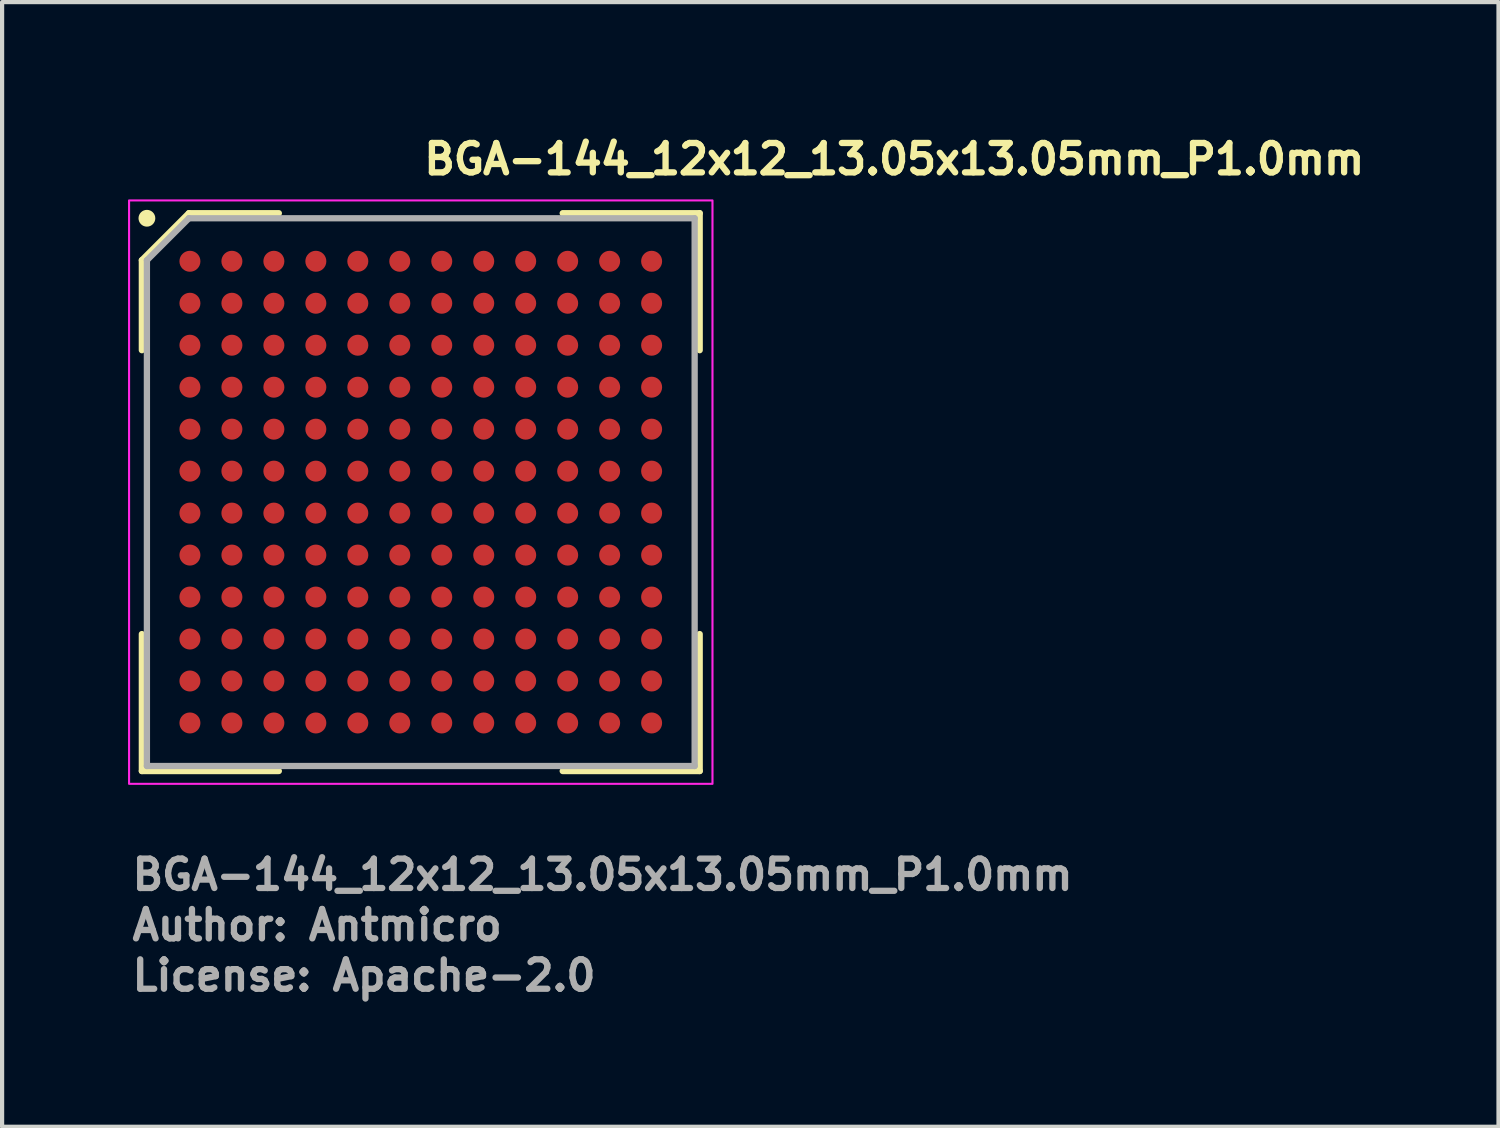
<source format=kicad_pcb>
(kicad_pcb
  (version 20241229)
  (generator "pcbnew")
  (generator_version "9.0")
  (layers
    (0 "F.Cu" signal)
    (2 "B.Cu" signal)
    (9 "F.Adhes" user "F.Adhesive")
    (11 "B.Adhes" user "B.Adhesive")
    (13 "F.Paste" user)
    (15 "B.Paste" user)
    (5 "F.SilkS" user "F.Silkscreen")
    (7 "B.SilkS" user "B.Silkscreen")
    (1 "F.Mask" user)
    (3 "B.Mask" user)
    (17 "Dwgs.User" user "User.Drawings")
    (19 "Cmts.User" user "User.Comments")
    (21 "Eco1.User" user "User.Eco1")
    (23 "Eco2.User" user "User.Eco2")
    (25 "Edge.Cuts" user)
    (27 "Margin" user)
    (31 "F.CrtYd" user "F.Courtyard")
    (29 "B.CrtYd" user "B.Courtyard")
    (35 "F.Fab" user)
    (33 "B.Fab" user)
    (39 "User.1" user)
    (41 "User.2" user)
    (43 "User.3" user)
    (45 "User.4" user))
  (footprint "BGA-144_12x12_13.05x13.05mm_P1.0mm"
    (layer "F.Cu")
    (at 6.975 8.675)
    (property "Reference" "BGA-144_12x12_13.05x13.05mm_P1.0mm" (at 0 -7.525 0) (layer "F.SilkS") (effects (font (size 0.7 0.7) (thickness 0.15)) (justify left bottom)))
    (attr smd)
    (fp_line (start -6.645 -5.525) (end -6.645 -3.382) (stroke (width 0.15) (type solid)) (layer "F.SilkS"))
    (fp_line (start -6.645 6.645) (end -6.645 3.382) (stroke (width 0.15) (type solid)) (layer "F.SilkS"))
    (fp_line (start -5.525 -6.645) (end -6.645 -5.525) (stroke (width 0.15) (type solid)) (layer "F.SilkS"))
    (fp_line (start -3.382 -6.645) (end -5.525 -6.645) (stroke (width 0.15) (type solid)) (layer "F.SilkS"))
    (fp_line (start -3.382 6.645) (end -6.645 6.645) (stroke (width 0.15) (type solid)) (layer "F.SilkS"))
    (fp_line (start 3.382 -6.645) (end 6.645 -6.645) (stroke (width 0.15) (type solid)) (layer "F.SilkS"))
    (fp_line (start 3.382 6.645) (end 6.645 6.645) (stroke (width 0.15) (type solid)) (layer "F.SilkS"))
    (fp_line (start 6.645 -6.645) (end 6.645 -3.382) (stroke (width 0.15) (type solid)) (layer "F.SilkS"))
    (fp_line (start 6.645 6.645) (end 6.645 3.382) (stroke (width 0.15) (type solid)) (layer "F.SilkS"))
    (fp_circle (center -6.525 -6.525) (end -6.425 -6.525) (stroke (width 0.2) (type solid)) (fill no) (layer "F.SilkS"))
    (fp_rect (start -6.95 -6.95) (end 6.95 6.95) (stroke (width 0.05) (type solid)) (fill no) (layer "F.CrtYd"))
    (fp_line (start -6.525 -5.525) (end -6.525 6.525) (stroke (width 0.15) (type solid)) (layer "F.Fab"))
    (fp_line (start -6.525 6.525) (end 6.525 6.525) (stroke (width 0.15) (type solid)) (layer "F.Fab"))
    (fp_line (start -5.525 -6.525) (end -6.525 -5.525) (stroke (width 0.15) (type solid)) (layer "F.Fab"))
    (fp_line (start 6.525 -6.525) (end -5.525 -6.525) (stroke (width 0.15) (type solid)) (layer "F.Fab"))
    (fp_line (start 6.525 6.525) (end 6.525 -6.525) (stroke (width 0.15) (type solid)) (layer "F.Fab"))
    (fp_rect (start -6.55 -6.55) (end 6.55 6.55) (stroke (width 0.1) (type solid)) (fill no) (layer "User.5"))
    (fp_line (start -6.55 -6.55) (end -6.55 6.55) (stroke (width 0.02) (type solid)) (layer "User.9"))
    (fp_line (start -6.55 6.55) (end 6.55 6.55) (stroke (width 0.02) (type solid)) (layer "User.9"))
    (fp_line (start -6.4 -5.9) (end -6.4 5.9) (stroke (width 0.02) (type solid)) (layer "User.9"))
    (fp_line (start -5.9 6.4) (end 5.9 6.4) (stroke (width 0.02) (type solid)) (layer "User.9"))
    (fp_line (start -4.4 -3.4) (end -4.4 3.4) (stroke (width 0.02) (type solid)) (layer "User.9"))
    (fp_line (start -4.4 -3.4) (end -3.649 -3.066) (stroke (width 0.02) (type solid)) (layer "User.9"))
    (fp_line (start -4.4 3.4) (end -3.649 3.066) (stroke (width 0.02) (type solid)) (layer "User.9"))
    (fp_line (start -3.649 -3.066) (end -3.649 3.066) (stroke (width 0.02) (type solid)) (layer "User.9"))
    (fp_line (start -3.629 -3.066) (end -3.649 -3.066) (stroke (width 0.02) (type solid)) (layer "User.9"))
    (fp_line (start -3.629 3.066) (end -3.649 3.066) (stroke (width 0.02) (type solid)) (layer "User.9"))
    (fp_line (start -3.607 -3.066) (end -3.629 -3.066) (stroke (width 0.02) (type solid)) (layer "User.9"))
    (fp_line (start -3.607 3.066) (end -3.629 3.066) (stroke (width 0.02) (type solid)) (layer "User.9"))
    (fp_line (start -3.583 -3.066) (end -3.607 -3.066) (stroke (width 0.02) (type solid)) (layer "User.9"))
    (fp_line (start -3.583 3.066) (end -3.607 3.066) (stroke (width 0.02) (type solid)) (layer "User.9"))
    (fp_line (start -3.559 -3.066) (end -3.583 -3.066) (stroke (width 0.02) (type solid)) (layer "User.9"))
    (fp_line (start -3.559 3.066) (end -3.583 3.066) (stroke (width 0.02) (type solid)) (layer "User.9"))
    (fp_line (start -3.534 -3.066) (end -3.559 -3.066) (stroke (width 0.02) (type solid)) (layer "User.9"))
    (fp_line (start -3.534 3.066) (end -3.559 3.066) (stroke (width 0.02) (type solid)) (layer "User.9"))
    (fp_line (start -3.507 -3.066) (end -3.534 -3.066) (stroke (width 0.02) (type solid)) (layer "User.9"))
    (fp_line (start -3.507 3.066) (end -3.534 3.066) (stroke (width 0.02) (type solid)) (layer "User.9"))
    (fp_line (start -3.48 -3.066) (end -3.507 -3.066) (stroke (width 0.02) (type solid)) (layer "User.9"))
    (fp_line (start -3.48 3.066) (end -3.507 3.066) (stroke (width 0.02) (type solid)) (layer "User.9"))
    (fp_line (start -3.452 -3.066) (end -3.48 -3.066) (stroke (width 0.02) (type solid)) (layer "User.9"))
    (fp_line (start -3.452 3.066) (end -3.48 3.066) (stroke (width 0.02) (type solid)) (layer "User.9"))
    (fp_line (start -3.423 -3.066) (end -3.452 -3.066) (stroke (width 0.02) (type solid)) (layer "User.9"))
    (fp_line (start -3.423 3.066) (end -3.452 3.066) (stroke (width 0.02) (type solid)) (layer "User.9"))
    (fp_line (start -3.4 -4.4) (end -3.066 -3.649) (stroke (width 0.02) (type solid)) (layer "User.9"))
    (fp_line (start -3.4 4.4) (end -3.066 3.649) (stroke (width 0.02) (type solid)) (layer "User.9"))
    (fp_line (start -3.4 4.4) (end 3.4 4.4) (stroke (width 0.02) (type solid)) (layer "User.9"))
    (fp_line (start -3.394 -3.066) (end -3.423 -3.066) (stroke (width 0.02) (type solid)) (layer "User.9"))
    (fp_line (start -3.394 3.066) (end -3.423 3.066) (stroke (width 0.02) (type solid)) (layer "User.9"))
    (fp_line (start -3.365 -3.066) (end -3.394 -3.066) (stroke (width 0.02) (type solid)) (layer "User.9"))
    (fp_line (start -3.365 3.066) (end -3.394 3.066) (stroke (width 0.02) (type solid)) (layer "User.9"))
    (fp_line (start -3.335 -3.066) (end -3.365 -3.066) (stroke (width 0.02) (type solid)) (layer "User.9"))
    (fp_line (start -3.335 3.066) (end -3.365 3.066) (stroke (width 0.02) (type solid)) (layer "User.9"))
    (fp_line (start -3.305 -3.066) (end -3.335 -3.066) (stroke (width 0.02) (type solid)) (layer "User.9"))
    (fp_line (start -3.305 3.066) (end -3.335 3.066) (stroke (width 0.02) (type solid)) (layer "User.9"))
    (fp_line (start -3.274 -3.066) (end -3.305 -3.066) (stroke (width 0.02) (type solid)) (layer "User.9"))
    (fp_line (start -3.274 -3.066) (end -3.274 3.066) (stroke (width 0.02) (type solid)) (layer "User.9"))
    (fp_line (start -3.274 3.066) (end -3.305 3.066) (stroke (width 0.02) (type solid)) (layer "User.9"))
    (fp_line (start -3.066 -3.629) (end -3.066 -3.649) (stroke (width 0.02) (type solid)) (layer "User.9"))
    (fp_line (start -3.066 -3.607) (end -3.066 -3.629) (stroke (width 0.02) (type solid)) (layer "User.9"))
    (fp_line (start -3.066 -3.583) (end -3.066 -3.607) (stroke (width 0.02) (type solid)) (layer "User.9"))
    (fp_line (start -3.066 -3.559) (end -3.066 -3.583) (stroke (width 0.02) (type solid)) (layer "User.9"))
    (fp_line (start -3.066 -3.534) (end -3.066 -3.559) (stroke (width 0.02) (type solid)) (layer "User.9"))
    (fp_line (start -3.066 -3.507) (end -3.066 -3.534) (stroke (width 0.02) (type solid)) (layer "User.9"))
    (fp_line (start -3.066 -3.48) (end -3.066 -3.507) (stroke (width 0.02) (type solid)) (layer "User.9"))
    (fp_line (start -3.066 -3.452) (end -3.066 -3.48) (stroke (width 0.02) (type solid)) (layer "User.9"))
    (fp_line (start -3.066 -3.423) (end -3.066 -3.452) (stroke (width 0.02) (type solid)) (layer "User.9"))
    (fp_line (start -3.066 -3.394) (end -3.066 -3.423) (stroke (width 0.02) (type solid)) (layer "User.9"))
    (fp_line (start -3.066 -3.365) (end -3.066 -3.394) (stroke (width 0.02) (type solid)) (layer "User.9"))
    (fp_line (start -3.066 -3.335) (end -3.066 -3.365) (stroke (width 0.02) (type solid)) (layer "User.9"))
    (fp_line (start -3.066 -3.305) (end -3.066 -3.335) (stroke (width 0.02) (type solid)) (layer "User.9"))
    (fp_line (start -3.066 -3.274) (end -3.066 -3.305) (stroke (width 0.02) (type solid)) (layer "User.9"))
    (fp_line (start -3.066 3.274) (end -3.066 3.305) (stroke (width 0.02) (type solid)) (layer "User.9"))
    (fp_line (start -3.066 3.274) (end 3.066 3.274) (stroke (width 0.02) (type solid)) (layer "User.9"))
    (fp_line (start -3.066 3.305) (end -3.066 3.335) (stroke (width 0.02) (type solid)) (layer "User.9"))
    (fp_line (start -3.066 3.335) (end -3.066 3.365) (stroke (width 0.02) (type solid)) (layer "User.9"))
    (fp_line (start -3.066 3.365) (end -3.066 3.394) (stroke (width 0.02) (type solid)) (layer "User.9"))
    (fp_line (start -3.066 3.394) (end -3.066 3.423) (stroke (width 0.02) (type solid)) (layer "User.9"))
    (fp_line (start -3.066 3.423) (end -3.066 3.452) (stroke (width 0.02) (type solid)) (layer "User.9"))
    (fp_line (start -3.066 3.452) (end -3.066 3.48) (stroke (width 0.02) (type solid)) (layer "User.9"))
    (fp_line (start -3.066 3.48) (end -3.066 3.507) (stroke (width 0.02) (type solid)) (layer "User.9"))
    (fp_line (start -3.066 3.507) (end -3.066 3.534) (stroke (width 0.02) (type solid)) (layer "User.9"))
    (fp_line (start -3.066 3.534) (end -3.066 3.559) (stroke (width 0.02) (type solid)) (layer "User.9"))
    (fp_line (start -3.066 3.559) (end -3.066 3.583) (stroke (width 0.02) (type solid)) (layer "User.9"))
    (fp_line (start -3.066 3.583) (end -3.066 3.607) (stroke (width 0.02) (type solid)) (layer "User.9"))
    (fp_line (start -3.066 3.607) (end -3.066 3.629) (stroke (width 0.02) (type solid)) (layer "User.9"))
    (fp_line (start -3.066 3.629) (end -3.066 3.649) (stroke (width 0.02) (type solid)) (layer "User.9"))
    (fp_line (start -3.066 3.649) (end 3.066 3.649) (stroke (width 0.02) (type solid)) (layer "User.9"))
    (fp_line (start 3.066 -3.649) (end -3.066 -3.649) (stroke (width 0.02) (type solid)) (layer "User.9"))
    (fp_line (start 3.066 -3.629) (end 3.066 -3.649) (stroke (width 0.02) (type solid)) (layer "User.9"))
    (fp_line (start 3.066 -3.607) (end 3.066 -3.629) (stroke (width 0.02) (type solid)) (layer "User.9"))
    (fp_line (start 3.066 -3.583) (end 3.066 -3.607) (stroke (width 0.02) (type solid)) (layer "User.9"))
    (fp_line (start 3.066 -3.559) (end 3.066 -3.583) (stroke (width 0.02) (type solid)) (layer "User.9"))
    (fp_line (start 3.066 -3.534) (end 3.066 -3.559) (stroke (width 0.02) (type solid)) (layer "User.9"))
    (fp_line (start 3.066 -3.507) (end 3.066 -3.534) (stroke (width 0.02) (type solid)) (layer "User.9"))
    (fp_line (start 3.066 -3.48) (end 3.066 -3.507) (stroke (width 0.02) (type solid)) (layer "User.9"))
    (fp_line (start 3.066 -3.452) (end 3.066 -3.48) (stroke (width 0.02) (type solid)) (layer "User.9"))
    (fp_line (start 3.066 -3.423) (end 3.066 -3.452) (stroke (width 0.02) (type solid)) (layer "User.9"))
    (fp_line (start 3.066 -3.394) (end 3.066 -3.423) (stroke (width 0.02) (type solid)) (layer "User.9"))
    (fp_line (start 3.066 -3.365) (end 3.066 -3.394) (stroke (width 0.02) (type solid)) (layer "User.9"))
    (fp_line (start 3.066 -3.335) (end 3.066 -3.365) (stroke (width 0.02) (type solid)) (layer "User.9"))
    (fp_line (start 3.066 -3.305) (end 3.066 -3.335) (stroke (width 0.02) (type solid)) (layer "User.9"))
    (fp_line (start 3.066 -3.274) (end -3.066 -3.274) (stroke (width 0.02) (type solid)) (layer "User.9"))
    (fp_line (start 3.066 -3.274) (end 3.066 -3.305) (stroke (width 0.02) (type solid)) (layer "User.9"))
    (fp_line (start 3.066 3.274) (end 3.066 3.305) (stroke (width 0.02) (type solid)) (layer "User.9"))
    (fp_line (start 3.066 3.305) (end 3.066 3.335) (stroke (width 0.02) (type solid)) (layer "User.9"))
    (fp_line (start 3.066 3.335) (end 3.066 3.365) (stroke (width 0.02) (type solid)) (layer "User.9"))
    (fp_line (start 3.066 3.365) (end 3.066 3.394) (stroke (width 0.02) (type solid)) (layer "User.9"))
    (fp_line (start 3.066 3.394) (end 3.066 3.423) (stroke (width 0.02) (type solid)) (layer "User.9"))
    (fp_line (start 3.066 3.423) (end 3.066 3.452) (stroke (width 0.02) (type solid)) (layer "User.9"))
    (fp_line (start 3.066 3.452) (end 3.066 3.48) (stroke (width 0.02) (type solid)) (layer "User.9"))
    (fp_line (start 3.066 3.48) (end 3.066 3.507) (stroke (width 0.02) (type solid)) (layer "User.9"))
    (fp_line (start 3.066 3.507) (end 3.066 3.534) (stroke (width 0.02) (type solid)) (layer "User.9"))
    (fp_line (start 3.066 3.534) (end 3.066 3.559) (stroke (width 0.02) (type solid)) (layer "User.9"))
    (fp_line (start 3.066 3.559) (end 3.066 3.583) (stroke (width 0.02) (type solid)) (layer "User.9"))
    (fp_line (start 3.066 3.583) (end 3.066 3.607) (stroke (width 0.02) (type solid)) (layer "User.9"))
    (fp_line (start 3.066 3.607) (end 3.066 3.629) (stroke (width 0.02) (type solid)) (layer "User.9"))
    (fp_line (start 3.066 3.629) (end 3.066 3.649) (stroke (width 0.02) (type solid)) (layer "User.9"))
    (fp_line (start 3.274 -3.066) (end 3.305 -3.066) (stroke (width 0.02) (type solid)) (layer "User.9"))
    (fp_line (start 3.274 3.066) (end 3.274 -3.066) (stroke (width 0.02) (type solid)) (layer "User.9"))
    (fp_line (start 3.274 3.066) (end 3.305 3.066) (stroke (width 0.02) (type solid)) (layer "User.9"))
    (fp_line (start 3.305 -3.066) (end 3.335 -3.066) (stroke (width 0.02) (type solid)) (layer "User.9"))
    (fp_line (start 3.305 3.066) (end 3.335 3.066) (stroke (width 0.02) (type solid)) (layer "User.9"))
    (fp_line (start 3.335 -3.066) (end 3.365 -3.066) (stroke (width 0.02) (type solid)) (layer "User.9"))
    (fp_line (start 3.335 3.066) (end 3.365 3.066) (stroke (width 0.02) (type solid)) (layer "User.9"))
    (fp_line (start 3.365 -3.066) (end 3.394 -3.066) (stroke (width 0.02) (type solid)) (layer "User.9"))
    (fp_line (start 3.365 3.066) (end 3.394 3.066) (stroke (width 0.02) (type solid)) (layer "User.9"))
    (fp_line (start 3.394 -3.066) (end 3.423 -3.066) (stroke (width 0.02) (type solid)) (layer "User.9"))
    (fp_line (start 3.394 3.066) (end 3.423 3.066) (stroke (width 0.02) (type solid)) (layer "User.9"))
    (fp_line (start 3.4 -4.4) (end -3.4 -4.4) (stroke (width 0.02) (type solid)) (layer "User.9"))
    (fp_line (start 3.4 -4.4) (end 3.066 -3.649) (stroke (width 0.02) (type solid)) (layer "User.9"))
    (fp_line (start 3.4 4.4) (end 3.066 3.649) (stroke (width 0.02) (type solid)) (layer "User.9"))
    (fp_line (start 3.423 -3.066) (end 3.452 -3.066) (stroke (width 0.02) (type solid)) (layer "User.9"))
    (fp_line (start 3.423 3.066) (end 3.452 3.066) (stroke (width 0.02) (type solid)) (layer "User.9"))
    (fp_line (start 3.452 -3.066) (end 3.48 -3.066) (stroke (width 0.02) (type solid)) (layer "User.9"))
    (fp_line (start 3.452 3.066) (end 3.48 3.066) (stroke (width 0.02) (type solid)) (layer "User.9"))
    (fp_line (start 3.48 -3.066) (end 3.507 -3.066) (stroke (width 0.02) (type solid)) (layer "User.9"))
    (fp_line (start 3.48 3.066) (end 3.507 3.066) (stroke (width 0.02) (type solid)) (layer "User.9"))
    (fp_line (start 3.507 -3.066) (end 3.534 -3.066) (stroke (width 0.02) (type solid)) (layer "User.9"))
    (fp_line (start 3.507 3.066) (end 3.534 3.066) (stroke (width 0.02) (type solid)) (layer "User.9"))
    (fp_line (start 3.534 -3.066) (end 3.559 -3.066) (stroke (width 0.02) (type solid)) (layer "User.9"))
    (fp_line (start 3.534 3.066) (end 3.559 3.066) (stroke (width 0.02) (type solid)) (layer "User.9"))
    (fp_line (start 3.559 -3.066) (end 3.583 -3.066) (stroke (width 0.02) (type solid)) (layer "User.9"))
    (fp_line (start 3.559 3.066) (end 3.583 3.066) (stroke (width 0.02) (type solid)) (layer "User.9"))
    (fp_line (start 3.583 -3.066) (end 3.607 -3.066) (stroke (width 0.02) (type solid)) (layer "User.9"))
    (fp_line (start 3.583 3.066) (end 3.607 3.066) (stroke (width 0.02) (type solid)) (layer "User.9"))
    (fp_line (start 3.607 -3.066) (end 3.629 -3.066) (stroke (width 0.02) (type solid)) (layer "User.9"))
    (fp_line (start 3.607 3.066) (end 3.629 3.066) (stroke (width 0.02) (type solid)) (layer "User.9"))
    (fp_line (start 3.629 -3.066) (end 3.649 -3.066) (stroke (width 0.02) (type solid)) (layer "User.9"))
    (fp_line (start 3.629 3.066) (end 3.649 3.066) (stroke (width 0.02) (type solid)) (layer "User.9"))
    (fp_line (start 3.649 3.066) (end 3.649 -3.066) (stroke (width 0.02) (type solid)) (layer "User.9"))
    (fp_line (start 4.4 -3.4) (end 3.649 -3.066) (stroke (width 0.02) (type solid)) (layer "User.9"))
    (fp_line (start 4.4 3.4) (end 3.649 3.066) (stroke (width 0.02) (type solid)) (layer "User.9"))
    (fp_line (start 4.4 3.4) (end 4.4 -3.4) (stroke (width 0.02) (type solid)) (layer "User.9"))
    (fp_line (start 5.9 -6.4) (end -5.9 -6.4) (stroke (width 0.02) (type solid)) (layer "User.9"))
    (fp_line (start 6.4 5.9) (end 6.4 -5.9) (stroke (width 0.02) (type solid)) (layer "User.9"))
    (fp_line (start 6.55 -6.55) (end -6.55 -6.55) (stroke (width 0.02) (type solid)) (layer "User.9"))
    (fp_line (start 6.55 6.55) (end 6.55 -6.55) (stroke (width 0.02) (type solid)) (layer "User.9"))
    (fp_arc (start -6.4 -5.9) (mid -6.253553 -6.253553) (end -5.9 -6.4) (stroke (width 0.02) (type default)) (layer "User.9"))
    (fp_arc (start -5.9 6.4) (mid -6.253553 6.253553) (end -6.4 5.9) (stroke (width 0.02) (type default)) (layer "User.9"))
    (fp_arc (start -4.4 -3.4) (mid -4.107107 -4.107107) (end -3.4 -4.4) (stroke (width 0.02) (type default)) (layer "User.9"))
    (fp_arc (start -3.649 -3.066) (mid -3.478243 -3.478243) (end -3.066 -3.649) (stroke (width 0.02) (type default)) (layer "User.9"))
    (fp_arc (start -3.4 4.4) (mid -4.107107 4.107107) (end -4.4 3.4) (stroke (width 0.02) (type default)) (layer "User.9"))
    (fp_arc (start -3.274 -3.066) (mid -3.213078 -3.213078) (end -3.066 -3.274) (stroke (width 0.02) (type default)) (layer "User.9"))
    (fp_arc (start -3.066 3.274) (mid -3.213078 3.213078) (end -3.274 3.066) (stroke (width 0.02) (type default)) (layer "User.9"))
    (fp_arc (start -3.066 3.649) (mid -3.478243 3.478243) (end -3.649 3.066) (stroke (width 0.02) (type default)) (layer "User.9"))
    (fp_arc (start 3.066 -3.649) (mid 3.478243 -3.478243) (end 3.649 -3.066) (stroke (width 0.02) (type default)) (layer "User.9"))
    (fp_arc (start 3.066 -3.274) (mid 3.213078 -3.213078) (end 3.274 -3.066) (stroke (width 0.02) (type default)) (layer "User.9"))
    (fp_arc (start 3.274 3.066) (mid 3.213078 3.213078) (end 3.066 3.274) (stroke (width 0.02) (type default)) (layer "User.9"))
    (fp_arc (start 3.4 -4.4) (mid 4.107107 -4.107107) (end 4.4 -3.4) (stroke (width 0.02) (type default)) (layer "User.9"))
    (fp_arc (start 3.649 3.066) (mid 3.478243 3.478243) (end 3.066 3.649) (stroke (width 0.02) (type default)) (layer "User.9"))
    (fp_arc (start 4.4 3.4) (mid 4.107107 4.107107) (end 3.4 4.4) (stroke (width 0.02) (type default)) (layer "User.9"))
    (fp_arc (start 5.9 -6.4) (mid 6.253553 -6.253553) (end 6.4 -5.9) (stroke (width 0.02) (type default)) (layer "User.9"))
    (fp_arc (start 6.4 5.9) (mid 6.253553 6.253553) (end 5.9 6.4) (stroke (width 0.02) (type default)) (layer "User.9"))
    (fp_circle (center -5.5 -5.5) (end -5 -5.5) (stroke (width 0.02) (type default)) (fill no) (layer "User.9"))
    (fp_text user "Author: Antmicro" (at -6.95 10.725 0) (layer "F.Fab") (effects (font (size 0.7 0.7) (thickness 0.15)) (justify left bottom)))
    (fp_text user "License: Apache-2.0" (at -6.95 11.925 0) (layer "F.Fab") (effects (font (size 0.7 0.7) (thickness 0.15)) (justify left bottom)))
    (fp_text user "${REFERENCE}" (at -6.95 9.525 0) (layer "F.Fab") (effects (font (size 0.7 0.7) (thickness 0.15)) (justify left bottom)))
    (pad "A1" smd circle (at -5.5 -5.5) (size 0.5 0.5) (layers "F.Cu" "F.Mask" "F.Paste"))
    (pad "A2" smd circle (at -4.5 -5.5) (size 0.5 0.5) (layers "F.Cu" "F.Mask" "F.Paste"))
    (pad "A3" smd circle (at -3.5 -5.5) (size 0.5 0.5) (layers "F.Cu" "F.Mask" "F.Paste"))
    (pad "A4" smd circle (at -2.5 -5.5) (size 0.5 0.5) (layers "F.Cu" "F.Mask" "F.Paste"))
    (pad "A5" smd circle (at -1.5 -5.5) (size 0.5 0.5) (layers "F.Cu" "F.Mask" "F.Paste"))
    (pad "A6" smd circle (at -0.5 -5.5) (size 0.5 0.5) (layers "F.Cu" "F.Mask" "F.Paste"))
    (pad "A7" smd circle (at 0.5 -5.5) (size 0.5 0.5) (layers "F.Cu" "F.Mask" "F.Paste"))
    (pad "A8" smd circle (at 1.5 -5.5) (size 0.5 0.5) (layers "F.Cu" "F.Mask" "F.Paste"))
    (pad "A9" smd circle (at 2.5 -5.5) (size 0.5 0.5) (layers "F.Cu" "F.Mask" "F.Paste"))
    (pad "A10" smd circle (at 3.5 -5.5) (size 0.5 0.5) (layers "F.Cu" "F.Mask" "F.Paste"))
    (pad "A11" smd circle (at 4.5 -5.5) (size 0.5 0.5) (layers "F.Cu" "F.Mask" "F.Paste"))
    (pad "A12" smd circle (at 5.5 -5.5) (size 0.5 0.5) (layers "F.Cu" "F.Mask" "F.Paste"))
    (pad "B1" smd circle (at -5.5 -4.5) (size 0.5 0.5) (layers "F.Cu" "F.Mask" "F.Paste"))
    (pad "B2" smd circle (at -4.5 -4.5) (size 0.5 0.5) (layers "F.Cu" "F.Mask" "F.Paste"))
    (pad "B3" smd circle (at -3.5 -4.5) (size 0.5 0.5) (layers "F.Cu" "F.Mask" "F.Paste"))
    (pad "B4" smd circle (at -2.5 -4.5) (size 0.5 0.5) (layers "F.Cu" "F.Mask" "F.Paste"))
    (pad "B5" smd circle (at -1.5 -4.5) (size 0.5 0.5) (layers "F.Cu" "F.Mask" "F.Paste"))
    (pad "B6" smd circle (at -0.5 -4.5) (size 0.5 0.5) (layers "F.Cu" "F.Mask" "F.Paste"))
    (pad "B7" smd circle (at 0.5 -4.5) (size 0.5 0.5) (layers "F.Cu" "F.Mask" "F.Paste"))
    (pad "B8" smd circle (at 1.5 -4.5) (size 0.5 0.5) (layers "F.Cu" "F.Mask" "F.Paste"))
    (pad "B9" smd circle (at 2.5 -4.5) (size 0.5 0.5) (layers "F.Cu" "F.Mask" "F.Paste"))
    (pad "B10" smd circle (at 3.5 -4.5) (size 0.5 0.5) (layers "F.Cu" "F.Mask" "F.Paste"))
    (pad "B11" smd circle (at 4.5 -4.5) (size 0.5 0.5) (layers "F.Cu" "F.Mask" "F.Paste"))
    (pad "B12" smd circle (at 5.5 -4.5) (size 0.5 0.5) (layers "F.Cu" "F.Mask" "F.Paste"))
    (pad "C1" smd circle (at -5.5 -3.5) (size 0.5 0.5) (layers "F.Cu" "F.Mask" "F.Paste"))
    (pad "C2" smd circle (at -4.5 -3.5) (size 0.5 0.5) (layers "F.Cu" "F.Mask" "F.Paste"))
    (pad "C3" smd circle (at -3.5 -3.5) (size 0.5 0.5) (layers "F.Cu" "F.Mask" "F.Paste"))
    (pad "C4" smd circle (at -2.5 -3.5) (size 0.5 0.5) (layers "F.Cu" "F.Mask" "F.Paste"))
    (pad "C5" smd circle (at -1.5 -3.5) (size 0.5 0.5) (layers "F.Cu" "F.Mask" "F.Paste"))
    (pad "C6" smd circle (at -0.5 -3.5) (size 0.5 0.5) (layers "F.Cu" "F.Mask" "F.Paste"))
    (pad "C7" smd circle (at 0.5 -3.5) (size 0.5 0.5) (layers "F.Cu" "F.Mask" "F.Paste"))
    (pad "C8" smd circle (at 1.5 -3.5) (size 0.5 0.5) (layers "F.Cu" "F.Mask" "F.Paste"))
    (pad "C9" smd circle (at 2.5 -3.5) (size 0.5 0.5) (layers "F.Cu" "F.Mask" "F.Paste"))
    (pad "C10" smd circle (at 3.5 -3.5) (size 0.5 0.5) (layers "F.Cu" "F.Mask" "F.Paste"))
    (pad "C11" smd circle (at 4.5 -3.5) (size 0.5 0.5) (layers "F.Cu" "F.Mask" "F.Paste"))
    (pad "C12" smd circle (at 5.5 -3.5) (size 0.5 0.5) (layers "F.Cu" "F.Mask" "F.Paste"))
    (pad "D1" smd circle (at -5.5 -2.5) (size 0.5 0.5) (layers "F.Cu" "F.Mask" "F.Paste"))
    (pad "D2" smd circle (at -4.5 -2.5) (size 0.5 0.5) (layers "F.Cu" "F.Mask" "F.Paste"))
    (pad "D3" smd circle (at -3.5 -2.5) (size 0.5 0.5) (layers "F.Cu" "F.Mask" "F.Paste"))
    (pad "D4" smd circle (at -2.5 -2.5) (size 0.5 0.5) (layers "F.Cu" "F.Mask" "F.Paste"))
    (pad "D5" smd circle (at -1.5 -2.5) (size 0.5 0.5) (layers "F.Cu" "F.Mask" "F.Paste"))
    (pad "D6" smd circle (at -0.5 -2.5) (size 0.5 0.5) (layers "F.Cu" "F.Mask" "F.Paste"))
    (pad "D7" smd circle (at 0.5 -2.5) (size 0.5 0.5) (layers "F.Cu" "F.Mask" "F.Paste"))
    (pad "D8" smd circle (at 1.5 -2.5) (size 0.5 0.5) (layers "F.Cu" "F.Mask" "F.Paste"))
    (pad "D9" smd circle (at 2.5 -2.5) (size 0.5 0.5) (layers "F.Cu" "F.Mask" "F.Paste"))
    (pad "D10" smd circle (at 3.5 -2.5) (size 0.5 0.5) (layers "F.Cu" "F.Mask" "F.Paste"))
    (pad "D11" smd circle (at 4.5 -2.5) (size 0.5 0.5) (layers "F.Cu" "F.Mask" "F.Paste"))
    (pad "D12" smd circle (at 5.5 -2.5) (size 0.5 0.5) (layers "F.Cu" "F.Mask" "F.Paste"))
    (pad "E1" smd circle (at -5.5 -1.5) (size 0.5 0.5) (layers "F.Cu" "F.Mask" "F.Paste"))
    (pad "E2" smd circle (at -4.5 -1.5) (size 0.5 0.5) (layers "F.Cu" "F.Mask" "F.Paste"))
    (pad "E3" smd circle (at -3.5 -1.5) (size 0.5 0.5) (layers "F.Cu" "F.Mask" "F.Paste"))
    (pad "E4" smd circle (at -2.5 -1.5) (size 0.5 0.5) (layers "F.Cu" "F.Mask" "F.Paste"))
    (pad "E5" smd circle (at -1.5 -1.5) (size 0.5 0.5) (layers "F.Cu" "F.Mask" "F.Paste"))
    (pad "E6" smd circle (at -0.5 -1.5) (size 0.5 0.5) (layers "F.Cu" "F.Mask" "F.Paste"))
    (pad "E7" smd circle (at 0.5 -1.5) (size 0.5 0.5) (layers "F.Cu" "F.Mask" "F.Paste"))
    (pad "E8" smd circle (at 1.5 -1.5) (size 0.5 0.5) (layers "F.Cu" "F.Mask" "F.Paste"))
    (pad "E9" smd circle (at 2.5 -1.5) (size 0.5 0.5) (layers "F.Cu" "F.Mask" "F.Paste"))
    (pad "E10" smd circle (at 3.5 -1.5) (size 0.5 0.5) (layers "F.Cu" "F.Mask" "F.Paste"))
    (pad "E11" smd circle (at 4.5 -1.5) (size 0.5 0.5) (layers "F.Cu" "F.Mask" "F.Paste"))
    (pad "E12" smd circle (at 5.5 -1.5) (size 0.5 0.5) (layers "F.Cu" "F.Mask" "F.Paste"))
    (pad "F1" smd circle (at -5.5 -0.5) (size 0.5 0.5) (layers "F.Cu" "F.Mask" "F.Paste"))
    (pad "F2" smd circle (at -4.5 -0.5) (size 0.5 0.5) (layers "F.Cu" "F.Mask" "F.Paste"))
    (pad "F3" smd circle (at -3.5 -0.5) (size 0.5 0.5) (layers "F.Cu" "F.Mask" "F.Paste"))
    (pad "F4" smd circle (at -2.5 -0.5) (size 0.5 0.5) (layers "F.Cu" "F.Mask" "F.Paste"))
    (pad "F5" smd circle (at -1.5 -0.5) (size 0.5 0.5) (layers "F.Cu" "F.Mask" "F.Paste"))
    (pad "F6" smd circle (at -0.5 -0.5) (size 0.5 0.5) (layers "F.Cu" "F.Mask" "F.Paste"))
    (pad "F7" smd circle (at 0.5 -0.5) (size 0.5 0.5) (layers "F.Cu" "F.Mask" "F.Paste"))
    (pad "F8" smd circle (at 1.5 -0.5) (size 0.5 0.5) (layers "F.Cu" "F.Mask" "F.Paste"))
    (pad "F9" smd circle (at 2.5 -0.5) (size 0.5 0.5) (layers "F.Cu" "F.Mask" "F.Paste"))
    (pad "F10" smd circle (at 3.5 -0.5) (size 0.5 0.5) (layers "F.Cu" "F.Mask" "F.Paste"))
    (pad "F11" smd circle (at 4.5 -0.5) (size 0.5 0.5) (layers "F.Cu" "F.Mask" "F.Paste"))
    (pad "F12" smd circle (at 5.5 -0.5) (size 0.5 0.5) (layers "F.Cu" "F.Mask" "F.Paste"))
    (pad "G1" smd circle (at -5.5 0.5) (size 0.5 0.5) (layers "F.Cu" "F.Mask" "F.Paste"))
    (pad "G2" smd circle (at -4.5 0.5) (size 0.5 0.5) (layers "F.Cu" "F.Mask" "F.Paste"))
    (pad "G3" smd circle (at -3.5 0.5) (size 0.5 0.5) (layers "F.Cu" "F.Mask" "F.Paste"))
    (pad "G4" smd circle (at -2.5 0.5) (size 0.5 0.5) (layers "F.Cu" "F.Mask" "F.Paste"))
    (pad "G5" smd circle (at -1.5 0.5) (size 0.5 0.5) (layers "F.Cu" "F.Mask" "F.Paste"))
    (pad "G6" smd circle (at -0.5 0.5) (size 0.5 0.5) (layers "F.Cu" "F.Mask" "F.Paste"))
    (pad "G7" smd circle (at 0.5 0.5) (size 0.5 0.5) (layers "F.Cu" "F.Mask" "F.Paste"))
    (pad "G8" smd circle (at 1.5 0.5) (size 0.5 0.5) (layers "F.Cu" "F.Mask" "F.Paste"))
    (pad "G9" smd circle (at 2.5 0.5) (size 0.5 0.5) (layers "F.Cu" "F.Mask" "F.Paste"))
    (pad "G10" smd circle (at 3.5 0.5) (size 0.5 0.5) (layers "F.Cu" "F.Mask" "F.Paste"))
    (pad "G11" smd circle (at 4.5 0.5) (size 0.5 0.5) (layers "F.Cu" "F.Mask" "F.Paste"))
    (pad "G12" smd circle (at 5.5 0.5) (size 0.5 0.5) (layers "F.Cu" "F.Mask" "F.Paste"))
    (pad "H1" smd circle (at -5.5 1.5) (size 0.5 0.5) (layers "F.Cu" "F.Mask" "F.Paste"))
    (pad "H2" smd circle (at -4.5 1.5) (size 0.5 0.5) (layers "F.Cu" "F.Mask" "F.Paste"))
    (pad "H3" smd circle (at -3.5 1.5) (size 0.5 0.5) (layers "F.Cu" "F.Mask" "F.Paste"))
    (pad "H4" smd circle (at -2.5 1.5) (size 0.5 0.5) (layers "F.Cu" "F.Mask" "F.Paste"))
    (pad "H5" smd circle (at -1.5 1.5) (size 0.5 0.5) (layers "F.Cu" "F.Mask" "F.Paste"))
    (pad "H6" smd circle (at -0.5 1.5) (size 0.5 0.5) (layers "F.Cu" "F.Mask" "F.Paste"))
    (pad "H7" smd circle (at 0.5 1.5) (size 0.5 0.5) (layers "F.Cu" "F.Mask" "F.Paste"))
    (pad "H8" smd circle (at 1.5 1.5) (size 0.5 0.5) (layers "F.Cu" "F.Mask" "F.Paste"))
    (pad "H9" smd circle (at 2.5 1.5) (size 0.5 0.5) (layers "F.Cu" "F.Mask" "F.Paste"))
    (pad "H10" smd circle (at 3.5 1.5) (size 0.5 0.5) (layers "F.Cu" "F.Mask" "F.Paste"))
    (pad "H11" smd circle (at 4.5 1.5) (size 0.5 0.5) (layers "F.Cu" "F.Mask" "F.Paste"))
    (pad "H12" smd circle (at 5.5 1.5) (size 0.5 0.5) (layers "F.Cu" "F.Mask" "F.Paste"))
    (pad "J1" smd circle (at -5.5 2.5) (size 0.5 0.5) (layers "F.Cu" "F.Mask" "F.Paste"))
    (pad "J2" smd circle (at -4.5 2.5) (size 0.5 0.5) (layers "F.Cu" "F.Mask" "F.Paste"))
    (pad "J3" smd circle (at -3.5 2.5) (size 0.5 0.5) (layers "F.Cu" "F.Mask" "F.Paste"))
    (pad "J4" smd circle (at -2.5 2.5) (size 0.5 0.5) (layers "F.Cu" "F.Mask" "F.Paste"))
    (pad "J5" smd circle (at -1.5 2.5) (size 0.5 0.5) (layers "F.Cu" "F.Mask" "F.Paste"))
    (pad "J6" smd circle (at -0.5 2.5) (size 0.5 0.5) (layers "F.Cu" "F.Mask" "F.Paste"))
    (pad "J7" smd circle (at 0.5 2.5) (size 0.5 0.5) (layers "F.Cu" "F.Mask" "F.Paste"))
    (pad "J8" smd circle (at 1.5 2.5) (size 0.5 0.5) (layers "F.Cu" "F.Mask" "F.Paste"))
    (pad "J9" smd circle (at 2.5 2.5) (size 0.5 0.5) (layers "F.Cu" "F.Mask" "F.Paste"))
    (pad "J10" smd circle (at 3.5 2.5) (size 0.5 0.5) (layers "F.Cu" "F.Mask" "F.Paste"))
    (pad "J11" smd circle (at 4.5 2.5) (size 0.5 0.5) (layers "F.Cu" "F.Mask" "F.Paste"))
    (pad "J12" smd circle (at 5.5 2.5) (size 0.5 0.5) (layers "F.Cu" "F.Mask" "F.Paste"))
    (pad "K1" smd circle (at -5.5 3.5) (size 0.5 0.5) (layers "F.Cu" "F.Mask" "F.Paste"))
    (pad "K2" smd circle (at -4.5 3.5) (size 0.5 0.5) (layers "F.Cu" "F.Mask" "F.Paste"))
    (pad "K3" smd circle (at -3.5 3.5) (size 0.5 0.5) (layers "F.Cu" "F.Mask" "F.Paste"))
    (pad "K4" smd circle (at -2.5 3.5) (size 0.5 0.5) (layers "F.Cu" "F.Mask" "F.Paste"))
    (pad "K5" smd circle (at -1.5 3.5) (size 0.5 0.5) (layers "F.Cu" "F.Mask" "F.Paste"))
    (pad "K6" smd circle (at -0.5 3.5) (size 0.5 0.5) (layers "F.Cu" "F.Mask" "F.Paste"))
    (pad "K7" smd circle (at 0.5 3.5) (size 0.5 0.5) (layers "F.Cu" "F.Mask" "F.Paste"))
    (pad "K8" smd circle (at 1.5 3.5) (size 0.5 0.5) (layers "F.Cu" "F.Mask" "F.Paste"))
    (pad "K9" smd circle (at 2.5 3.5) (size 0.5 0.5) (layers "F.Cu" "F.Mask" "F.Paste"))
    (pad "K10" smd circle (at 3.5 3.5) (size 0.5 0.5) (layers "F.Cu" "F.Mask" "F.Paste"))
    (pad "K11" smd circle (at 4.5 3.5) (size 0.5 0.5) (layers "F.Cu" "F.Mask" "F.Paste"))
    (pad "K12" smd circle (at 5.5 3.5) (size 0.5 0.5) (layers "F.Cu" "F.Mask" "F.Paste"))
    (pad "L1" smd circle (at -5.5 4.5) (size 0.5 0.5) (layers "F.Cu" "F.Mask" "F.Paste"))
    (pad "L2" smd circle (at -4.5 4.5) (size 0.5 0.5) (layers "F.Cu" "F.Mask" "F.Paste"))
    (pad "L3" smd circle (at -3.5 4.5) (size 0.5 0.5) (layers "F.Cu" "F.Mask" "F.Paste"))
    (pad "L4" smd circle (at -2.5 4.5) (size 0.5 0.5) (layers "F.Cu" "F.Mask" "F.Paste"))
    (pad "L5" smd circle (at -1.5 4.5) (size 0.5 0.5) (layers "F.Cu" "F.Mask" "F.Paste"))
    (pad "L6" smd circle (at -0.5 4.5) (size 0.5 0.5) (layers "F.Cu" "F.Mask" "F.Paste"))
    (pad "L7" smd circle (at 0.5 4.5) (size 0.5 0.5) (layers "F.Cu" "F.Mask" "F.Paste"))
    (pad "L8" smd circle (at 1.5 4.5) (size 0.5 0.5) (layers "F.Cu" "F.Mask" "F.Paste"))
    (pad "L9" smd circle (at 2.5 4.5) (size 0.5 0.5) (layers "F.Cu" "F.Mask" "F.Paste"))
    (pad "L10" smd circle (at 3.5 4.5) (size 0.5 0.5) (layers "F.Cu" "F.Mask" "F.Paste"))
    (pad "L11" smd circle (at 4.5 4.5) (size 0.5 0.5) (layers "F.Cu" "F.Mask" "F.Paste"))
    (pad "L12" smd circle (at 5.5 4.5) (size 0.5 0.5) (layers "F.Cu" "F.Mask" "F.Paste"))
    (pad "M1" smd circle (at -5.5 5.5) (size 0.5 0.5) (layers "F.Cu" "F.Mask" "F.Paste"))
    (pad "M2" smd circle (at -4.5 5.5) (size 0.5 0.5) (layers "F.Cu" "F.Mask" "F.Paste"))
    (pad "M3" smd circle (at -3.5 5.5) (size 0.5 0.5) (layers "F.Cu" "F.Mask" "F.Paste"))
    (pad "M4" smd circle (at -2.5 5.5) (size 0.5 0.5) (layers "F.Cu" "F.Mask" "F.Paste"))
    (pad "M5" smd circle (at -1.5 5.5) (size 0.5 0.5) (layers "F.Cu" "F.Mask" "F.Paste"))
    (pad "M6" smd circle (at -0.5 5.5) (size 0.5 0.5) (layers "F.Cu" "F.Mask" "F.Paste"))
    (pad "M7" smd circle (at 0.5 5.5) (size 0.5 0.5) (layers "F.Cu" "F.Mask" "F.Paste"))
    (pad "M8" smd circle (at 1.5 5.5) (size 0.5 0.5) (layers "F.Cu" "F.Mask" "F.Paste"))
    (pad "M9" smd circle (at 2.5 5.5) (size 0.5 0.5) (layers "F.Cu" "F.Mask" "F.Paste"))
    (pad "M10" smd circle (at 3.5 5.5) (size 0.5 0.5) (layers "F.Cu" "F.Mask" "F.Paste"))
    (pad "M11" smd circle (at 4.5 5.5) (size 0.5 0.5) (layers "F.Cu" "F.Mask" "F.Paste"))
    (pad "M12" smd circle (at 5.5 5.5) (size 0.5 0.5) (layers "F.Cu" "F.Mask" "F.Paste")))
  (gr_rect
    (start -3 -3)
    (end 32.652 23.796)
    (stroke (width 0.1) (type default))
    (fill no)
    (layer "Edge.Cuts")))
</source>
